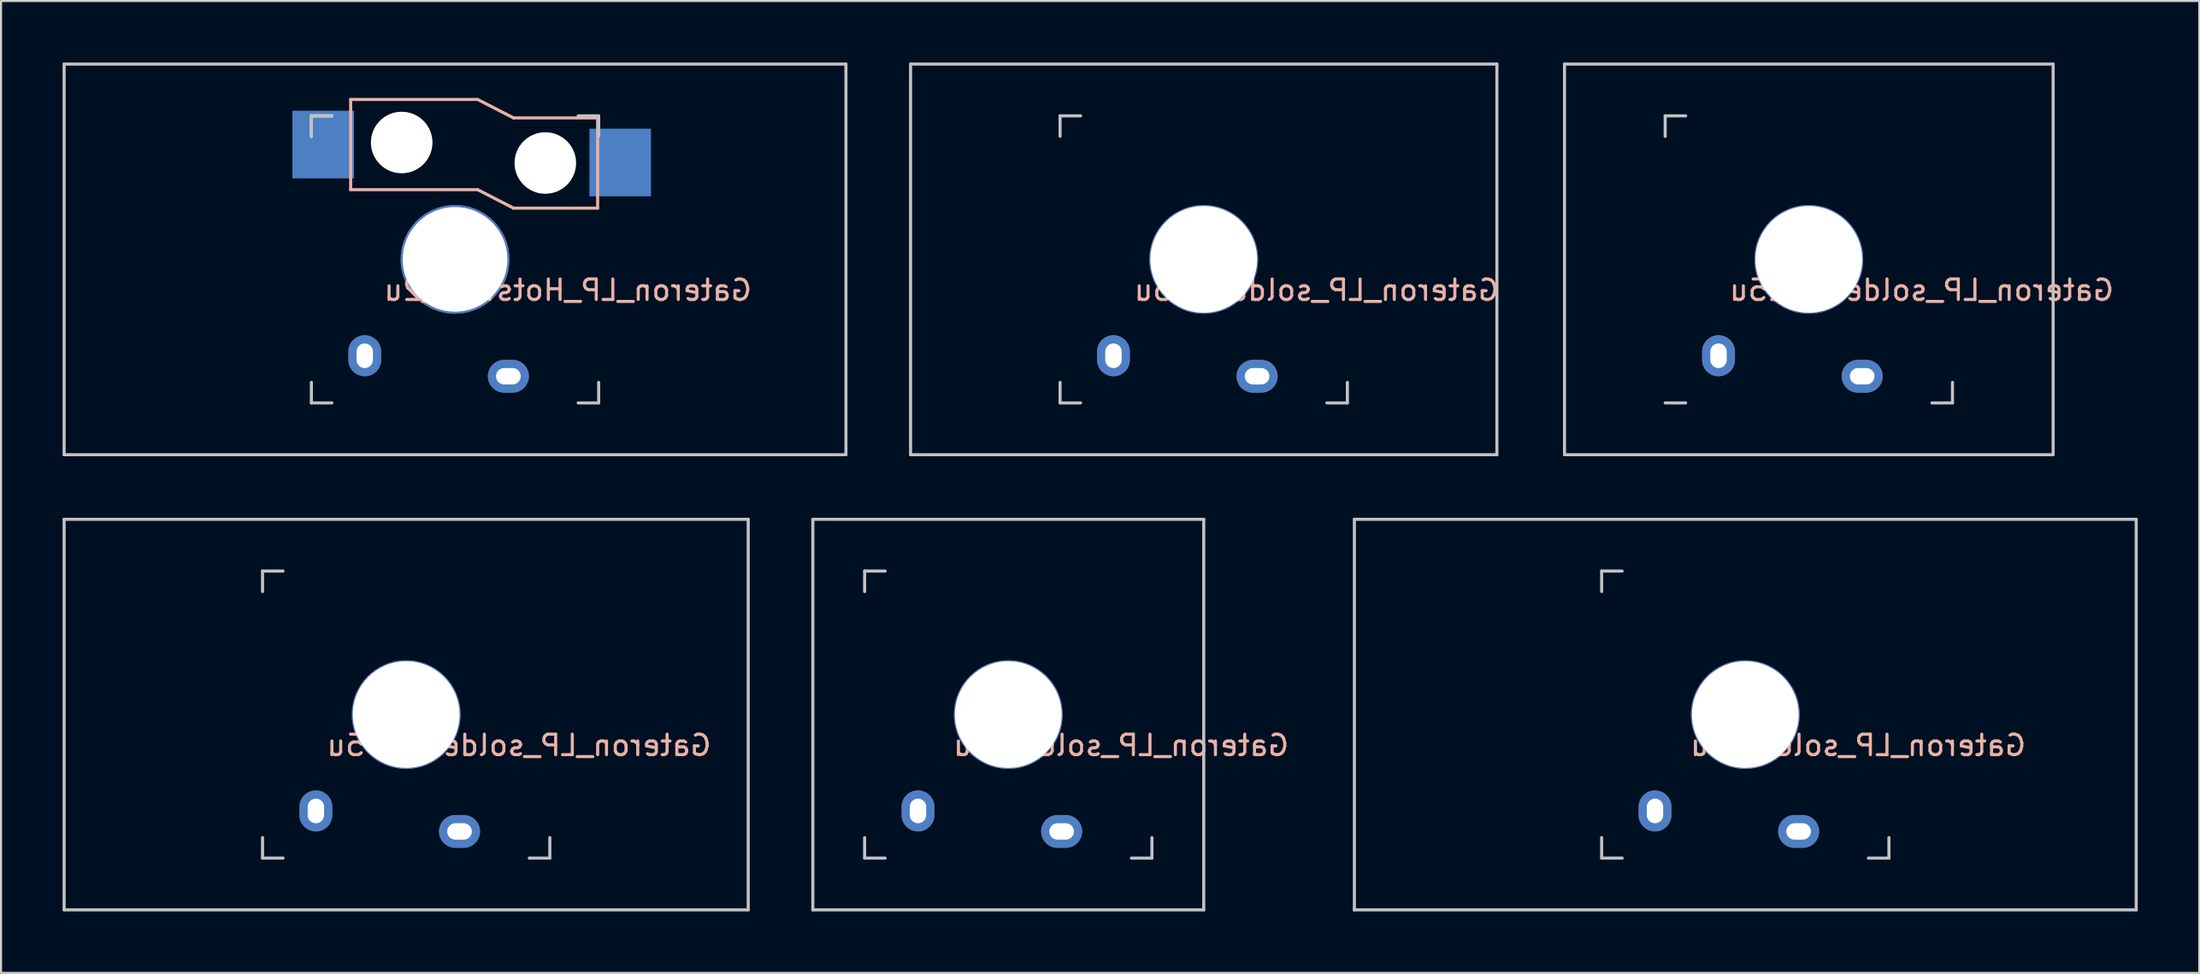
<source format=kicad_pcb>
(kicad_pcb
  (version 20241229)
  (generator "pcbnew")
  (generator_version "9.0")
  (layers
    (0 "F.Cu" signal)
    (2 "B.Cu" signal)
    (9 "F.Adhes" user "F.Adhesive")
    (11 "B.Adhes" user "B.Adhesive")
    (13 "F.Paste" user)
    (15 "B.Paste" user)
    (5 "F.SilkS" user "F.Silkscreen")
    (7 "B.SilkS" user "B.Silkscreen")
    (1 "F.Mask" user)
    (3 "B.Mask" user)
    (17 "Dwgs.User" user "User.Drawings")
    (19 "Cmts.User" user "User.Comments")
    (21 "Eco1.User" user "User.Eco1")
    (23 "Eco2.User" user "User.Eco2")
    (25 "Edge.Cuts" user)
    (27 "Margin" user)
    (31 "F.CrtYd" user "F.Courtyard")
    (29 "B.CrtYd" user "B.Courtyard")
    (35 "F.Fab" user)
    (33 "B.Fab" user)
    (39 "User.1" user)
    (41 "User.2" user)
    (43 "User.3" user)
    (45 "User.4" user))
  (footprint "Gateron_LP_solder_1u"
    (layer "F.Cu")
    (at 46.087 31.8)
    (property "Reference" "Gateron_LP_solder_1u" (at 5.5 1.5 0) (layer "B.SilkS") (effects (font (size 1 1) (thickness 0.15)) (justify mirror)))
    (attr through_hole)
    (fp_line (start -9.525 -9.525) (end 9.525 -9.525) (stroke (width 0.15) (type solid)) (layer "Dwgs.User"))
    (fp_line (start -9.525 9.525) (end -9.525 -9.525) (stroke (width 0.15) (type solid)) (layer "Dwgs.User"))
    (fp_line (start -7 -7) (end -7 -6) (stroke (width 0.15) (type solid)) (layer "Dwgs.User"))
    (fp_line (start -7 6) (end -7 7) (stroke (width 0.15) (type solid)) (layer "Dwgs.User"))
    (fp_line (start -7 7) (end -6 7) (stroke (width 0.15) (type solid)) (layer "Dwgs.User"))
    (fp_line (start -6 -7) (end -7 -7) (stroke (width 0.15) (type solid)) (layer "Dwgs.User"))
    (fp_line (start 7 6) (end 7 7) (stroke (width 0.15) (type solid)) (layer "Dwgs.User"))
    (fp_line (start 7 7) (end 6 7) (stroke (width 0.15) (type solid)) (layer "Dwgs.User"))
    (fp_line (start 9.525 -9.525) (end 9.525 9.525) (stroke (width 0.15) (type solid)) (layer "Dwgs.User"))
    (fp_line (start 9.525 9.525) (end -9.525 9.525) (stroke (width 0.15) (type solid)) (layer "Dwgs.User"))
    (pad "" np_thru_hole circle (at 0 0 270) (size 5.2 5.2) (drill 5.2) (layers "*.Cu" "*.Mask"))
    (pad "" np_thru_hole circle (at 0 0 90) (size 5.3 5.3) (drill 5.1) (layers "*.Cu" "*.Mask"))
    (pad "1" thru_hole oval (at 2.6 5.7) (size 2 1.6) (drill oval 1.2 0.8) (layers "*.Cu" "*.Mask"))
    (pad "2" thru_hole oval (at -4.4 4.7 90) (size 2 1.6) (drill oval 1.2 0.8) (layers "*.Cu" "*.Mask")))
  (footprint "Gateron_LP_Hotswap_2u"
    (layer "F.Cu")
    (at 19.125 9.6)
    (property "Reference" "Gateron_LP_Hotswap_2u" (at 5.5 1.5 0) (layer "B.SilkS") (effects (font (size 1 1) (thickness 0.15)) (justify mirror)))
    (attr through_hole)
    (fp_line (start -5.085 -7.8) (end -5.085 -3.4) (stroke (width 0.15) (type default)) (layer "B.SilkS"))
    (fp_line (start -5.085 -7.8) (end 1.1 -7.8) (stroke (width 0.15) (type default)) (layer "B.SilkS"))
    (fp_line (start -5.085 -3.4) (end 1.1 -3.4) (stroke (width 0.15) (type default)) (layer "B.SilkS"))
    (fp_line (start 2.85 -6.9) (end 1.1 -7.8) (stroke (width 0.15) (type default)) (layer "B.SilkS"))
    (fp_line (start 2.85 -6.9) (end 6.95 -6.9) (stroke (width 0.15) (type default)) (layer "B.SilkS"))
    (fp_line (start 2.85 -2.5) (end 1.1 -3.4) (stroke (width 0.15) (type default)) (layer "B.SilkS"))
    (fp_line (start 2.85 -2.5) (end 6.95 -2.5) (stroke (width 0.15) (type default)) (layer "B.SilkS"))
    (fp_line (start 6.95 -6.9) (end 6.95 -2.5) (stroke (width 0.15) (type default)) (layer "B.SilkS"))
    (fp_line (start -19.05 -9.525) (end 19.05 -9.525) (stroke (width 0.15) (type solid)) (layer "Dwgs.User"))
    (fp_line (start -19.05 9.525) (end -19.05 -9.525) (stroke (width 0.15) (type solid)) (layer "Dwgs.User"))
    (fp_line (start -7 -7) (end -7 -6) (stroke (width 0.15) (type solid)) (layer "Dwgs.User"))
    (fp_line (start -7 -7) (end -7 -6) (stroke (width 0.15) (type solid)) (layer "Dwgs.User"))
    (fp_line (start -7 -7) (end -6 -7) (stroke (width 0.15) (type solid)) (layer "Dwgs.User"))
    (fp_line (start -7 -6) (end -7 -7) (stroke (width 0.15) (type solid)) (layer "Dwgs.User"))
    (fp_line (start -7 6) (end -7 7) (stroke (width 0.15) (type solid)) (layer "Dwgs.User"))
    (fp_line (start -7 7) (end -6 7) (stroke (width 0.15) (type solid)) (layer "Dwgs.User"))
    (fp_line (start -6 -7) (end -7 -7) (stroke (width 0.15) (type solid)) (layer "Dwgs.User"))
    (fp_line (start -6 -7) (end -7 -7) (stroke (width 0.15) (type solid)) (layer "Dwgs.User"))
    (fp_line (start 7 -7) (end 6 -7) (stroke (width 0.15) (type solid)) (layer "Dwgs.User"))
    (fp_line (start 7 -6) (end 7 -7) (stroke (width 0.15) (type solid)) (layer "Dwgs.User"))
    (fp_line (start 7 6) (end 7 7) (stroke (width 0.15) (type solid)) (layer "Dwgs.User"))
    (fp_line (start 7 7) (end 6 7) (stroke (width 0.15) (type solid)) (layer "Dwgs.User"))
    (fp_line (start 19.05 -9.525) (end 19.05 9.525) (stroke (width 0.15) (type solid)) (layer "Dwgs.User"))
    (fp_line (start 19.05 9.525) (end -19.05 9.525) (stroke (width 0.15) (type solid)) (layer "Dwgs.User"))
    (pad "" np_thru_hole circle (at -2.6 -5.7) (size 3 3) (drill 3) (layers "*.Cu" "*.Mask"))
    (pad "" np_thru_hole circle (at 0 0 90) (size 5.3 5.3) (drill 5.1) (layers "*.Cu" "*.Mask"))
    (pad "" np_thru_hole circle (at 4.4 -4.7) (size 3 3) (drill 3) (layers "*.Cu" "*.Mask"))
    (pad "1" smd rect (at -6.425 -5.6 180) (size 3 3.3) (layers "B.Cu" "B.Mask" "B.Paste"))
    (pad "1" thru_hole oval (at 2.6 5.7) (size 2 1.6) (drill oval 1.2 0.8) (layers "*.Cu" "*.Mask"))
    (pad "2" thru_hole oval (at -4.4 4.7 90) (size 2 1.6) (drill oval 1.2 0.8) (layers "*.Cu" "*.Mask"))
    (pad "2" smd rect (at 8.05 -4.725 180) (size 3 3.3) (layers "B.Cu" "B.Mask" "B.Paste")))
  (footprint "Gateron_LP_solder_1.75u"
    (layer "F.Cu")
    (at 16.744 31.8)
    (property "Reference" "Gateron_LP_solder_1.75u" (at 5.5 1.5 0) (layer "B.SilkS") (effects (font (size 1 1) (thickness 0.15)) (justify mirror)))
    (attr through_hole)
    (fp_line (start -16.669 -9.525) (end 16.669 -9.525) (stroke (width 0.15) (type solid)) (layer "Dwgs.User"))
    (fp_line (start -16.669 9.525) (end -16.669 -9.525) (stroke (width 0.15) (type solid)) (layer "Dwgs.User"))
    (fp_line (start -7 -7) (end -7 -6) (stroke (width 0.15) (type solid)) (layer "Dwgs.User"))
    (fp_line (start -7 6) (end -7 7) (stroke (width 0.15) (type solid)) (layer "Dwgs.User"))
    (fp_line (start -7 7) (end -6 7) (stroke (width 0.15) (type solid)) (layer "Dwgs.User"))
    (fp_line (start -6 -7) (end -7 -7) (stroke (width 0.15) (type solid)) (layer "Dwgs.User"))
    (fp_line (start 7 6) (end 7 7) (stroke (width 0.15) (type solid)) (layer "Dwgs.User"))
    (fp_line (start 7 7) (end 6 7) (stroke (width 0.15) (type solid)) (layer "Dwgs.User"))
    (fp_line (start 16.669 -9.525) (end 16.669 9.525) (stroke (width 0.15) (type solid)) (layer "Dwgs.User"))
    (fp_line (start 16.669 9.525) (end -16.669 9.525) (stroke (width 0.15) (type solid)) (layer "Dwgs.User"))
    (pad "" np_thru_hole circle (at 0 0 270) (size 5.2 5.2) (drill 5.2) (layers "*.Cu" "*.Mask"))
    (pad "" np_thru_hole circle (at 0 0 90) (size 5.3 5.3) (drill 5.1) (layers "*.Cu" "*.Mask"))
    (pad "1" thru_hole oval (at 2.6 5.7) (size 2 1.6) (drill oval 1.2 0.8) (layers "*.Cu" "*.Mask"))
    (pad "2" thru_hole oval (at -4.4 4.7 90) (size 2 1.6) (drill oval 1.2 0.8) (layers "*.Cu" "*.Mask")))
  (footprint "Gateron_LP_solder_1.5u"
    (layer "F.Cu")
    (at 55.612 9.6)
    (property "Reference" "Gateron_LP_solder_1.5u" (at 5.5 1.5 0) (layer "B.SilkS") (effects (font (size 1 1) (thickness 0.15)) (justify mirror)))
    (attr through_hole)
    (fp_line (start -14.287 -9.525) (end 14.287 -9.525) (stroke (width 0.15) (type solid)) (layer "Dwgs.User"))
    (fp_line (start -14.287 9.525) (end -14.287 -9.525) (stroke (width 0.15) (type solid)) (layer "Dwgs.User"))
    (fp_line (start -7 -7) (end -7 -6) (stroke (width 0.15) (type solid)) (layer "Dwgs.User"))
    (fp_line (start -7 6) (end -7 7) (stroke (width 0.15) (type solid)) (layer "Dwgs.User"))
    (fp_line (start -7 7) (end -6 7) (stroke (width 0.15) (type solid)) (layer "Dwgs.User"))
    (fp_line (start -6 -7) (end -7 -7) (stroke (width 0.15) (type solid)) (layer "Dwgs.User"))
    (fp_line (start 7 6) (end 7 7) (stroke (width 0.15) (type solid)) (layer "Dwgs.User"))
    (fp_line (start 7 7) (end 6 7) (stroke (width 0.15) (type solid)) (layer "Dwgs.User"))
    (fp_line (start 14.287 -9.525) (end 14.287 9.525) (stroke (width 0.15) (type solid)) (layer "Dwgs.User"))
    (fp_line (start 14.287 9.525) (end -14.287 9.525) (stroke (width 0.15) (type solid)) (layer "Dwgs.User"))
    (pad "" np_thru_hole circle (at 0 0 270) (size 5.2 5.2) (drill 5.2) (layers "*.Cu" "*.Mask"))
    (pad "" np_thru_hole circle (at 0 0 90) (size 5.3 5.3) (drill 5.1) (layers "*.Cu" "*.Mask"))
    (pad "1" thru_hole oval (at 2.6 5.7) (size 2 1.6) (drill oval 1.2 0.8) (layers "*.Cu" "*.Mask"))
    (pad "2" thru_hole oval (at -4.4 4.7 90) (size 2 1.6) (drill oval 1.2 0.8) (layers "*.Cu" "*.Mask")))
  (footprint "Gateron_LP_solder_1.25u"
    (layer "F.Cu")
    (at 85.1 9.6)
    (property "Reference" "Gateron_LP_solder_1.25u" (at 5.5 1.5 0) (layer "B.SilkS") (effects (font (size 1 1) (thickness 0.15)) (justify mirror)))
    (attr through_hole)
    (fp_line (start -11.906 -9.525) (end 11.906 -9.525) (stroke (width 0.15) (type solid)) (layer "Dwgs.User"))
    (fp_line (start -11.906 9.525) (end -11.906 -9.525) (stroke (width 0.15) (type solid)) (layer "Dwgs.User"))
    (fp_line (start -7 -7) (end -7 -6) (stroke (width 0.15) (type solid)) (layer "Dwgs.User"))
    (fp_line (start -7 7) (end -6 7) (stroke (width 0.15) (type solid)) (layer "Dwgs.User"))
    (fp_line (start -6 -7) (end -7 -7) (stroke (width 0.15) (type solid)) (layer "Dwgs.User"))
    (fp_line (start 7 6) (end 7 7) (stroke (width 0.15) (type solid)) (layer "Dwgs.User"))
    (fp_line (start 7 7) (end 6 7) (stroke (width 0.15) (type solid)) (layer "Dwgs.User"))
    (fp_line (start 11.906 -9.525) (end 11.906 9.525) (stroke (width 0.15) (type solid)) (layer "Dwgs.User"))
    (fp_line (start 11.906 9.525) (end -11.906 9.525) (stroke (width 0.15) (type solid)) (layer "Dwgs.User"))
    (pad "" np_thru_hole circle (at 0 0 270) (size 5.2 5.2) (drill 5.2) (layers "*.Cu" "*.Mask"))
    (pad "" np_thru_hole circle (at 0 0 90) (size 5.3 5.3) (drill 5.1) (layers "*.Cu" "*.Mask"))
    (pad "1" thru_hole oval (at 2.6 5.7) (size 2 1.6) (drill oval 1.2 0.8) (layers "*.Cu" "*.Mask"))
    (pad "2" thru_hole oval (at -4.4 4.7 90) (size 2 1.6) (drill oval 1.2 0.8) (layers "*.Cu" "*.Mask")))
  (footprint "Gateron_LP_solder_2u"
    (layer "F.Cu")
    (at 82.004 31.8)
    (property "Reference" "Gateron_LP_solder_2u" (at 5.5 1.5 0) (layer "B.SilkS") (effects (font (size 1 1) (thickness 0.15)) (justify mirror)))
    (attr through_hole)
    (fp_line (start -19.05 -9.525) (end 19.05 -9.525) (stroke (width 0.15) (type solid)) (layer "Dwgs.User"))
    (fp_line (start -19.05 9.525) (end -19.05 -9.525) (stroke (width 0.15) (type solid)) (layer "Dwgs.User"))
    (fp_line (start -7 -7) (end -7 -6) (stroke (width 0.15) (type solid)) (layer "Dwgs.User"))
    (fp_line (start -7 6) (end -7 7) (stroke (width 0.15) (type solid)) (layer "Dwgs.User"))
    (fp_line (start -7 7) (end -6 7) (stroke (width 0.15) (type solid)) (layer "Dwgs.User"))
    (fp_line (start -6 -7) (end -7 -7) (stroke (width 0.15) (type solid)) (layer "Dwgs.User"))
    (fp_line (start 7 6) (end 7 7) (stroke (width 0.15) (type solid)) (layer "Dwgs.User"))
    (fp_line (start 7 7) (end 6 7) (stroke (width 0.15) (type solid)) (layer "Dwgs.User"))
    (fp_line (start 19.05 -9.525) (end 19.05 9.525) (stroke (width 0.15) (type solid)) (layer "Dwgs.User"))
    (fp_line (start 19.05 9.525) (end -19.05 9.525) (stroke (width 0.15) (type solid)) (layer "Dwgs.User"))
    (pad "" np_thru_hole circle (at 0 0 270) (size 5.2 5.2) (drill 5.2) (layers "*.Cu" "*.Mask"))
    (pad "" np_thru_hole circle (at 0 0 90) (size 5.3 5.3) (drill 5.1) (layers "*.Cu" "*.Mask"))
    (pad "1" thru_hole oval (at 2.6 5.7) (size 2 1.6) (drill oval 1.2 0.8) (layers "*.Cu" "*.Mask"))
    (pad "2" thru_hole oval (at -4.4 4.7 90) (size 2 1.6) (drill oval 1.2 0.8) (layers "*.Cu" "*.Mask")))
  (gr_rect
    (start -3 -3)
    (end 104.129 44.4)
    (stroke (width 0.1) (type default))
    (fill no)
    (layer "Edge.Cuts")))
</source>
